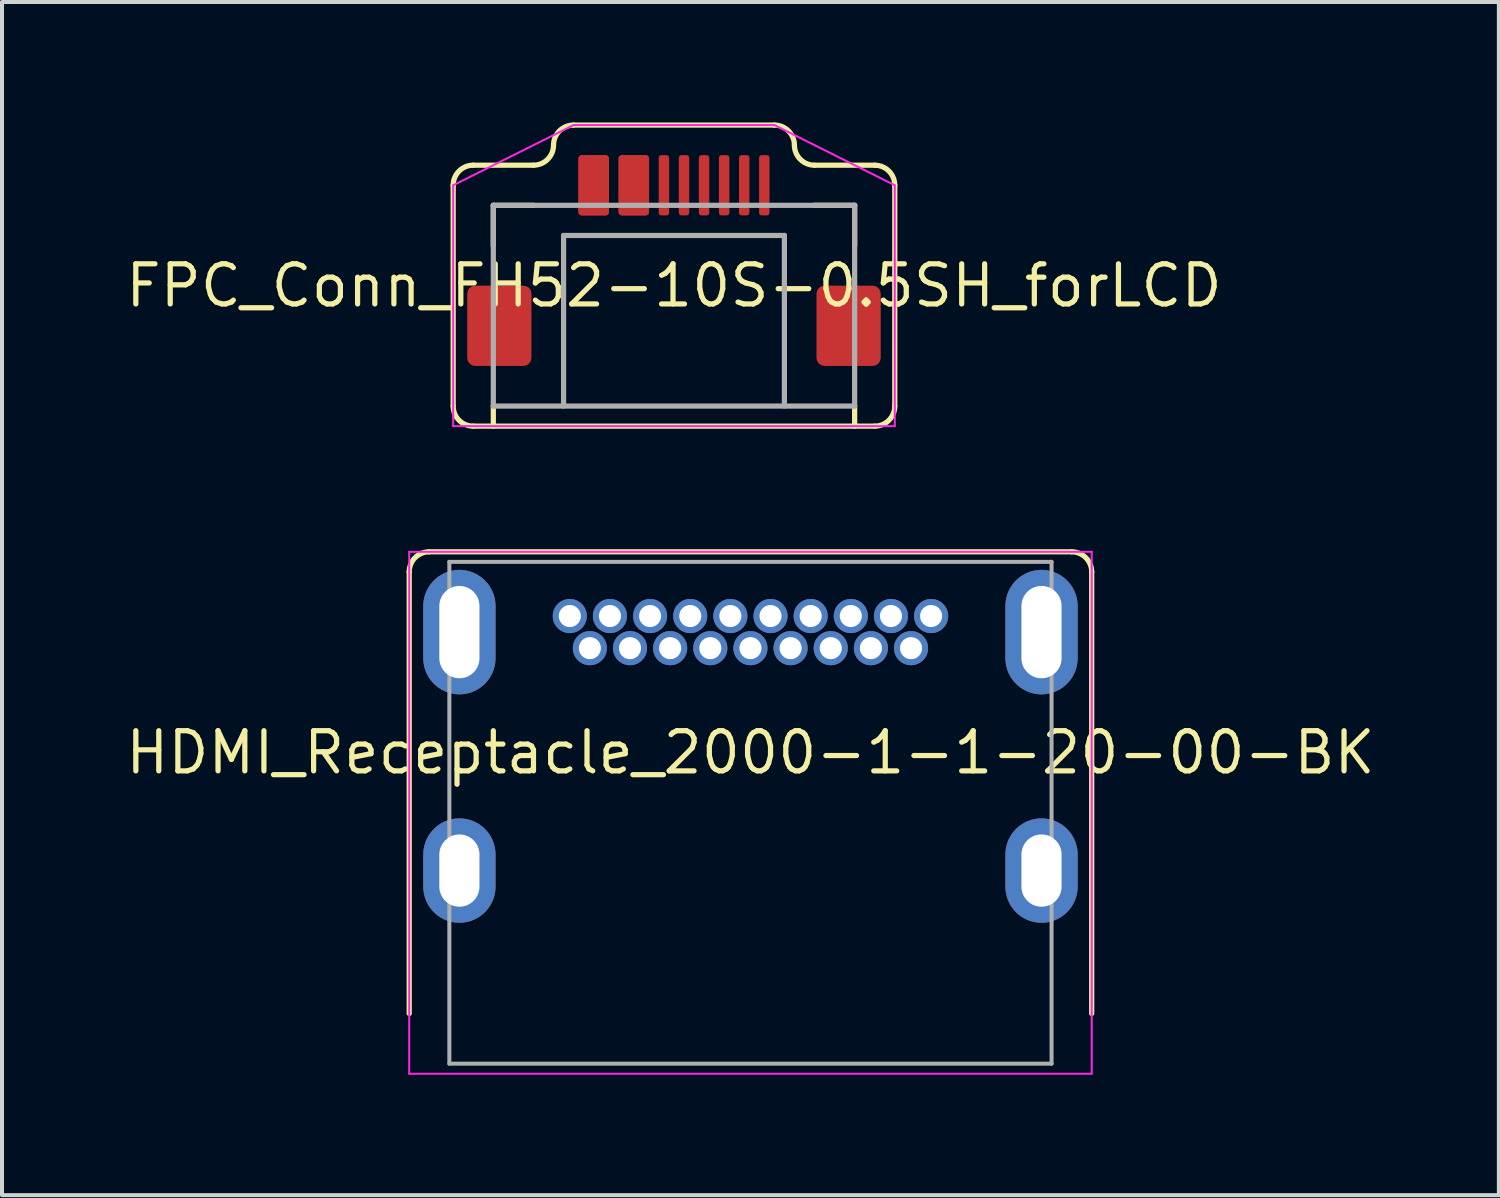
<source format=kicad_pcb>
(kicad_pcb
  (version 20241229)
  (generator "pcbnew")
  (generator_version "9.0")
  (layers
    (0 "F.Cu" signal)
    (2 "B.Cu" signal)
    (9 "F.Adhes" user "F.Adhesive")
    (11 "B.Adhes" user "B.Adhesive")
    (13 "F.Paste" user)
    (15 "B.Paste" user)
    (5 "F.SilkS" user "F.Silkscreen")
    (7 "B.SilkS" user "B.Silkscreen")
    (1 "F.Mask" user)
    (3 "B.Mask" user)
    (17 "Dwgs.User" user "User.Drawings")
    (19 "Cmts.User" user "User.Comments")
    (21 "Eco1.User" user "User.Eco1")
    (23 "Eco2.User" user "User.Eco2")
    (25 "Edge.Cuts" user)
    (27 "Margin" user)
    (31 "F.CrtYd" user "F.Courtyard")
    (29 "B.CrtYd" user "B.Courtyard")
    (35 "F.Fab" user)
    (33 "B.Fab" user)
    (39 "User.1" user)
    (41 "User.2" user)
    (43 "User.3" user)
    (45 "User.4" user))
  (footprint "HDMI_Receptacle_2000-1-1-20-00-BK"
    (layer "F.Cu")
    (at 15.643 12.695)
    (property "Reference" "HDMI_Receptacle_2000-1-1-20-00-BK" (at 0 3 0) (layer "F.SilkS") (effects (font (size 1 1) (thickness 0.13))))
    (attr through_hole)
    (fp_line (start -8.5 -1.5) (end -8.5 9.5) (stroke (width 0.13) (type solid)) (layer "F.SilkS"))
    (fp_line (start -8 -2) (end 8 -2) (stroke (width 0.13) (type solid)) (layer "F.SilkS"))
    (fp_line (start 8.5 -1.5) (end 8.5 9.5) (stroke (width 0.13) (type solid)) (layer "F.SilkS"))
    (fp_arc (start -8.5 -1.5) (mid -8.353553 -1.853553) (end -8 -2) (stroke (width 0.13) (type solid)) (layer "F.SilkS"))
    (fp_arc (start 8 -2) (mid 8.353553 -1.853553) (end 8.5 -1.5) (stroke (width 0.13) (type solid)) (layer "F.SilkS"))
    (fp_line (start -8.5 -2) (end 8.5 -2) (stroke (width 0.05) (type solid)) (layer "F.CrtYd"))
    (fp_line (start -8.5 11) (end -8.5 -2) (stroke (width 0.05) (type solid)) (layer "F.CrtYd"))
    (fp_line (start 8.5 -2) (end 8.5 11) (stroke (width 0.05) (type solid)) (layer "F.CrtYd"))
    (fp_line (start 8.5 11) (end -8.5 11) (stroke (width 0.05) (type solid)) (layer "F.CrtYd"))
    (fp_line (start -7.5 -1.75) (end 7.5 -1.75) (stroke (width 0.1) (type solid)) (layer "F.Fab"))
    (fp_line (start -7.5 10.75) (end -7.5 -1.75) (stroke (width 0.1) (type solid)) (layer "F.Fab"))
    (fp_line (start 7.5 -1.75) (end 7.5 10.75) (stroke (width 0.1) (type solid)) (layer "F.Fab"))
    (fp_line (start 7.5 10.75) (end -7.5 10.75) (stroke (width 0.1) (type solid)) (layer "F.Fab"))
    (pad "1" thru_hole circle (at 4.5 -0.4) (size 0.85 0.85) (drill 0.55) (layers "*.Cu" "*.Mask"))
    (pad "2" thru_hole circle (at 4 0.4) (size 0.85 0.85) (drill 0.55) (layers "*.Cu" "*.Mask"))
    (pad "3" thru_hole circle (at 3.5 -0.4) (size 0.85 0.85) (drill 0.55) (layers "*.Cu" "*.Mask"))
    (pad "4" thru_hole circle (at 3 0.4) (size 0.85 0.85) (drill 0.55) (layers "*.Cu" "*.Mask"))
    (pad "5" thru_hole circle (at 2.5 -0.4) (size 0.85 0.85) (drill 0.55) (layers "*.Cu" "*.Mask"))
    (pad "6" thru_hole circle (at 2 0.4) (size 0.85 0.85) (drill 0.55) (layers "*.Cu" "*.Mask"))
    (pad "7" thru_hole circle (at 1.5 -0.4) (size 0.85 0.85) (drill 0.55) (layers "*.Cu" "*.Mask"))
    (pad "8" thru_hole circle (at 1 0.4) (size 0.85 0.85) (drill 0.55) (layers "*.Cu" "*.Mask"))
    (pad "9" thru_hole circle (at 0.5 -0.4) (size 0.85 0.85) (drill 0.55) (layers "*.Cu" "*.Mask"))
    (pad "10" thru_hole circle (at 0 0.4) (size 0.85 0.85) (drill 0.55) (layers "*.Cu" "*.Mask"))
    (pad "11" thru_hole circle (at -0.5 -0.4) (size 0.85 0.85) (drill 0.55) (layers "*.Cu" "*.Mask"))
    (pad "12" thru_hole circle (at -1 0.4) (size 0.85 0.85) (drill 0.55) (layers "*.Cu" "*.Mask"))
    (pad "13" thru_hole circle (at -1.5 -0.4) (size 0.85 0.85) (drill 0.55) (layers "*.Cu" "*.Mask"))
    (pad "14" thru_hole circle (at -2 0.4) (size 0.85 0.85) (drill 0.55) (layers "*.Cu" "*.Mask"))
    (pad "15" thru_hole circle (at -2.5 -0.4) (size 0.85 0.85) (drill 0.55) (layers "*.Cu" "*.Mask"))
    (pad "16" thru_hole circle (at -3 0.4) (size 0.85 0.85) (drill 0.55) (layers "*.Cu" "*.Mask"))
    (pad "17" thru_hole circle (at -3.5 -0.4) (size 0.85 0.85) (drill 0.55) (layers "*.Cu" "*.Mask"))
    (pad "18" thru_hole circle (at -4 0.4) (size 0.85 0.85) (drill 0.55) (layers "*.Cu" "*.Mask"))
    (pad "19" thru_hole circle (at -4.5 -0.4) (size 0.85 0.85) (drill 0.55) (layers "*.Cu" "*.Mask"))
    (pad "SH" thru_hole oval (at -7.25 0) (size 1.8 3.1) (drill oval 1 2.3) (layers "*.Cu" "*.Mask"))
    (pad "SH" thru_hole oval (at -7.25 5.94) (size 1.8 2.6) (drill oval 1 1.8) (layers "*.Cu" "*.Mask"))
    (pad "SH" thru_hole oval (at 7.25 0) (size 1.8 3.1) (drill oval 1 2.3) (layers "*.Cu" "*.Mask"))
    (pad "SH" thru_hole oval (at 7.25 5.94) (size 1.8 2.6) (drill oval 1 1.8) (layers "*.Cu" "*.Mask")))
  (footprint "FPC_Conn_FH52-10S-0.5SH_forLCD"
    (layer "F.Cu")
    (at 13.738 4.065)
    (property "Reference" "FPC_Conn_FH52-10S-0.5SH_forLCD" (at 0 0 0) (layer "F.SilkS") (effects (font (size 1 1) (thickness 0.13))))
    (attr smd)
    (fp_line (start -5.5 3) (end -5.5 -2.5) (stroke (width 0.13) (type solid)) (layer "F.SilkS"))
    (fp_line (start -5 -3) (end -3.5 -3) (stroke (width 0.13) (type solid)) (layer "F.SilkS"))
    (fp_line (start -4.5 -2) (end -3.5 -2) (stroke (width 0.13) (type solid)) (layer "F.SilkS"))
    (fp_line (start -4.5 -1) (end -4.5 -2) (stroke (width 0.13) (type solid)) (layer "F.SilkS"))
    (fp_line (start -4.5 3.5) (end -4.5 3) (stroke (width 0.13) (type solid)) (layer "F.SilkS"))
    (fp_line (start -2.5 -4) (end 2.5 -4) (stroke (width 0.13) (type solid)) (layer "F.SilkS"))
    (fp_line (start 3.5 -3) (end 5 -3) (stroke (width 0.13) (type solid)) (layer "F.SilkS"))
    (fp_line (start 3.5 -2) (end 4.5 -2) (stroke (width 0.13) (type solid)) (layer "F.SilkS"))
    (fp_line (start 4.5 -2) (end 4.5 -1) (stroke (width 0.13) (type solid)) (layer "F.SilkS"))
    (fp_line (start 4.5 3) (end 4.5 3.5) (stroke (width 0.13) (type solid)) (layer "F.SilkS"))
    (fp_line (start 5 3.5) (end -5 3.5) (stroke (width 0.13) (type solid)) (layer "F.SilkS"))
    (fp_line (start 5.5 -2.5) (end 5.5 3) (stroke (width 0.13) (type solid)) (layer "F.SilkS"))
    (fp_arc (start -5.5 -2.5) (mid -5.353553 -2.853553) (end -5 -3) (stroke (width 0.13) (type solid)) (layer "F.SilkS"))
    (fp_arc (start -5 3.5) (mid -5.353553 3.353553) (end -5.5 3) (stroke (width 0.13) (type solid)) (layer "F.SilkS"))
    (fp_arc (start -3 -3.5) (mid -3.146447 -3.146447) (end -3.5 -3) (stroke (width 0.13) (type solid)) (layer "F.SilkS"))
    (fp_arc (start -3 -3.5) (mid -2.853553 -3.853553) (end -2.5 -4) (stroke (width 0.13) (type solid)) (layer "F.SilkS"))
    (fp_arc (start 2.5 -4) (mid 2.853553 -3.853553) (end 3 -3.5) (stroke (width 0.13) (type solid)) (layer "F.SilkS"))
    (fp_arc (start 3.5 -3) (mid 3.146447 -3.146447) (end 3 -3.5) (stroke (width 0.13) (type solid)) (layer "F.SilkS"))
    (fp_arc (start 5 -3) (mid 5.353553 -2.853553) (end 5.5 -2.5) (stroke (width 0.13) (type solid)) (layer "F.SilkS"))
    (fp_arc (start 5.5 3) (mid 5.353553 3.353553) (end 5 3.5) (stroke (width 0.13) (type solid)) (layer "F.SilkS"))
    (fp_line (start -5.5 3.5) (end -5.5 -2.5) (stroke (width 0.05) (type solid)) (layer "F.CrtYd"))
    (fp_line (start -2.5 -4) (end -5.5 -2.5) (stroke (width 0.05) (type solid)) (layer "F.CrtYd"))
    (fp_line (start 2.5 -4) (end -2.5 -4) (stroke (width 0.05) (type solid)) (layer "F.CrtYd"))
    (fp_line (start 5.5 -2.5) (end 2.5 -4) (stroke (width 0.05) (type solid)) (layer "F.CrtYd"))
    (fp_line (start 5.5 -2.5) (end 5.5 3.5) (stroke (width 0.05) (type solid)) (layer "F.CrtYd"))
    (fp_line (start 5.5 3.5) (end -5.5 3.5) (stroke (width 0.05) (type solid)) (layer "F.CrtYd"))
    (fp_line (start -4.5 -2) (end -4.5 3) (stroke (width 0.13) (type solid)) (layer "F.Fab"))
    (fp_line (start -4.5 -2) (end 4.5 -2) (stroke (width 0.13) (type solid)) (layer "F.Fab"))
    (fp_line (start -4.5 3) (end 4.5 3) (stroke (width 0.13) (type solid)) (layer "F.Fab"))
    (fp_line (start -2.75 -1.25) (end -2.75 3) (stroke (width 0.13) (type solid)) (layer "F.Fab"))
    (fp_line (start 2.75 -1.25) (end -2.75 -1.25) (stroke (width 0.13) (type solid)) (layer "F.Fab"))
    (fp_line (start 2.75 -1.25) (end 2.75 3) (stroke (width 0.13) (type solid)) (layer "F.Fab"))
    (fp_line (start 4.5 3) (end 4.5 -2) (stroke (width 0.13) (type solid)) (layer "F.Fab"))
    (pad "1" smd roundrect (at 2.25 -2.5) (size 0.26 1.5) (layers "F.Cu" "F.Mask" "F.Paste") (roundrect_rratio 0.25))
    (pad "2" smd roundrect (at 1.75 -2.5) (size 0.26 1.5) (layers "F.Cu" "F.Mask" "F.Paste") (roundrect_rratio 0.25))
    (pad "3" smd roundrect (at 1.25 -2.5) (size 0.26 1.5) (layers "F.Cu" "F.Mask" "F.Paste") (roundrect_rratio 0.25))
    (pad "4" smd roundrect (at 0.75 -2.5) (size 0.26 1.5) (layers "F.Cu" "F.Mask" "F.Paste") (roundrect_rratio 0.25))
    (pad "5" smd roundrect (at 0.25 -2.5) (size 0.26 1.5) (layers "F.Cu" "F.Mask" "F.Paste") (roundrect_rratio 0.25))
    (pad "6" smd roundrect (at -0.25 -2.5) (size 0.26 1.5) (layers "F.Cu" "F.Mask" "F.Paste") (roundrect_rratio 0.25))
    (pad "7" smd roundrect (at -1 -2.5) (size 0.76 1.5) (layers "F.Cu" "F.Mask" "F.Paste") (roundrect_rratio 0.11))
    (pad "8" smd roundrect (at -1 -2.5) (size 0.76 1.5) (layers "F.Cu" "F.Mask" "F.Paste") (roundrect_rratio 0.11))
    (pad "9" smd roundrect (at -2 -2.5) (size 0.76 1.5) (layers "F.Cu" "F.Mask" "F.Paste") (roundrect_rratio 0.11))
    (pad "10" smd roundrect (at -2 -2.5) (size 0.76 1.5) (layers "F.Cu" "F.Mask" "F.Paste") (roundrect_rratio 0.11))
    (pad "SH" smd roundrect (at -4.35 1) (size 1.6 2) (layers "F.Cu" "F.Mask" "F.Paste") (roundrect_rratio 0.125))
    (pad "SH" smd roundrect (at 4.35 1) (size 1.6 2) (layers "F.Cu" "F.Mask" "F.Paste") (roundrect_rratio 0.125)))
  (gr_rect
    (start -3 -3)
    (end 34.285 26.72)
    (stroke (width 0.1) (type default))
    (fill no)
    (layer "Edge.Cuts")))
</source>
